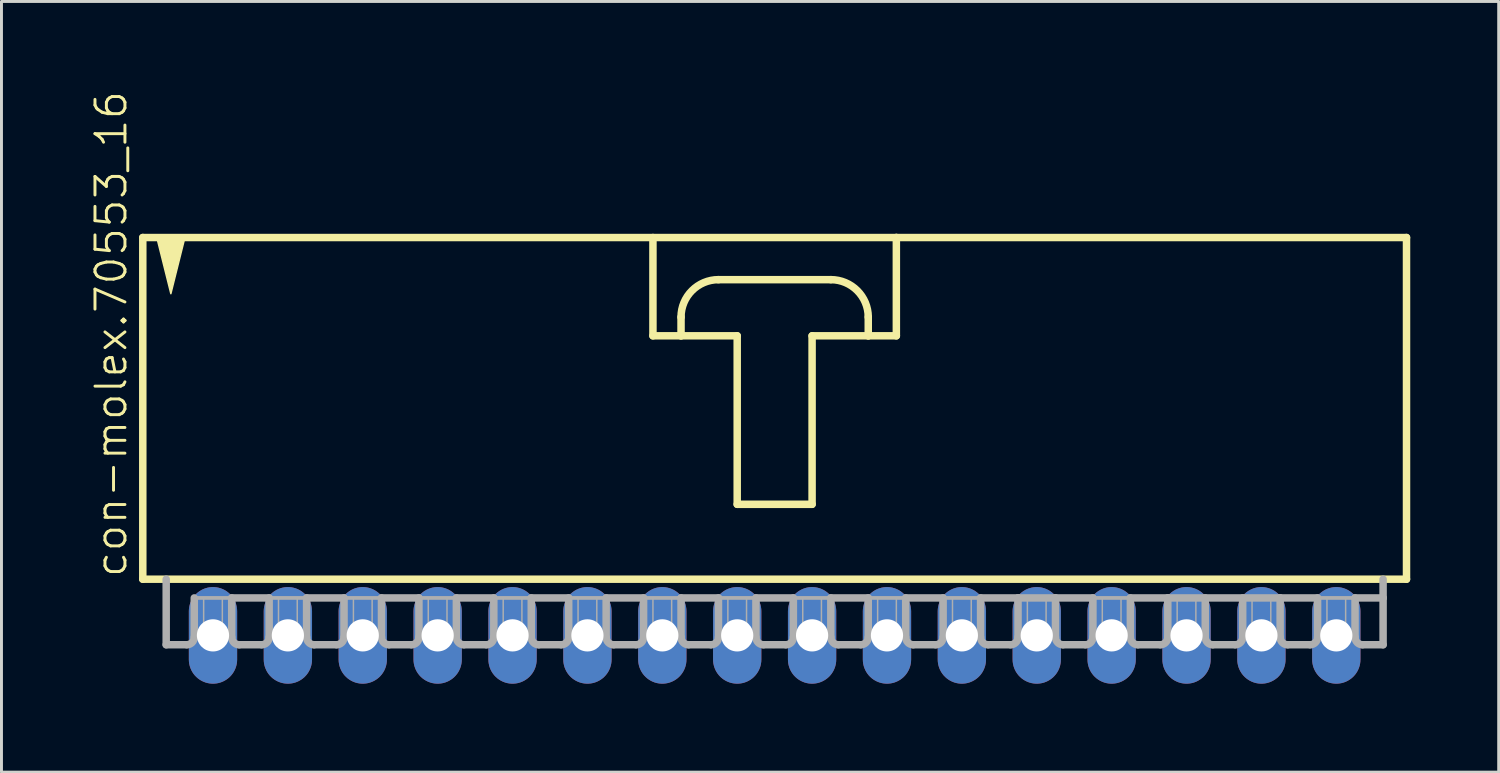
<source format=kicad_pcb>
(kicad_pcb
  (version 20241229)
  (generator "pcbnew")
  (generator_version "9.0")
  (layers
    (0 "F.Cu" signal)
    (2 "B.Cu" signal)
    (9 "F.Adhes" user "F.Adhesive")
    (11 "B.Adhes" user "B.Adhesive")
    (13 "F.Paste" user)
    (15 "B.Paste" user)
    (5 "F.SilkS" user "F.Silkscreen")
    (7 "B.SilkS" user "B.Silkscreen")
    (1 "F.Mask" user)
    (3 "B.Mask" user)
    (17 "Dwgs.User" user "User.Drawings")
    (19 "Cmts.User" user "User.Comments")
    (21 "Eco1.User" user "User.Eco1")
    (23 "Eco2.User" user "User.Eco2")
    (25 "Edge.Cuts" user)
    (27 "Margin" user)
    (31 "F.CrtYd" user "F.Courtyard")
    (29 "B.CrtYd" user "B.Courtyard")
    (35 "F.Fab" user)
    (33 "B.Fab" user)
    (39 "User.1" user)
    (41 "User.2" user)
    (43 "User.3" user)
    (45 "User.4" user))
  (footprint "con-molex.70553_16"
    (layer "F.Cu")
    (at 23.224 10.88)
    (property "Reference" "con-molex.70553_16" (at -21.907 5.715 90) (layer "F.SilkS") (effects (font (size 1.016 1.016) (thickness 0.1)) (justify left bottom)))
    (attr through_hole)
    (fp_line (start -21.431 -5.874) (end -21.431 5.715) (stroke (width 0.254) (type default)) (layer "F.SilkS"))
    (fp_line (start -21.431 5.715) (end 21.431 5.715) (stroke (width 0.254) (type default)) (layer "F.SilkS"))
    (fp_line (start -4.128 -5.874) (end -4.128 -2.54) (stroke (width 0.254) (type default)) (layer "F.SilkS"))
    (fp_line (start -4.128 -2.54) (end -3.175 -2.54) (stroke (width 0.254) (type default)) (layer "F.SilkS"))
    (fp_line (start -3.175 -2.54) (end -3.175 -3.175) (stroke (width 0.254) (type default)) (layer "F.SilkS"))
    (fp_line (start -3.175 -2.54) (end -1.27 -2.54) (stroke (width 0.254) (type default)) (layer "F.SilkS"))
    (fp_line (start -1.905 -4.445) (end 1.905 -4.445) (stroke (width 0.254) (type default)) (layer "F.SilkS"))
    (fp_line (start -1.27 -2.54) (end -1.27 3.175) (stroke (width 0.254) (type default)) (layer "F.SilkS"))
    (fp_line (start -1.27 3.175) (end 1.27 3.175) (stroke (width 0.254) (type default)) (layer "F.SilkS"))
    (fp_line (start 1.27 -2.54) (end 3.175 -2.54) (stroke (width 0.254) (type default)) (layer "F.SilkS"))
    (fp_line (start 1.27 3.175) (end 1.27 -2.54) (stroke (width 0.254) (type default)) (layer "F.SilkS"))
    (fp_line (start 3.175 -3.175) (end 3.175 -2.54) (stroke (width 0.254) (type default)) (layer "F.SilkS"))
    (fp_line (start 3.175 -2.54) (end 4.128 -2.54) (stroke (width 0.254) (type default)) (layer "F.SilkS"))
    (fp_line (start 4.128 -5.874) (end -21.431 -5.874) (stroke (width 0.254) (type default)) (layer "F.SilkS"))
    (fp_line (start 4.128 -2.54) (end 4.128 -5.874) (stroke (width 0.254) (type default)) (layer "F.SilkS"))
    (fp_line (start 21.431 -5.874) (end 4.128 -5.874) (stroke (width 0.254) (type default)) (layer "F.SilkS"))
    (fp_line (start 21.431 5.715) (end 21.431 -5.874) (stroke (width 0.254) (type default)) (layer "F.SilkS"))
    (fp_arc (start -3.175 -3.175) (mid -2.803026 -4.073026) (end -1.905 -4.445) (stroke (width 0.254) (type default)) (layer "F.SilkS"))
    (fp_arc (start 1.905 -4.445) (mid 2.803026 -4.073026) (end 3.175 -3.175) (stroke (width 0.254) (type default)) (layer "F.SilkS"))
    (fp_poly (pts (xy -20.955 -5.874) (xy -20.479 -3.969) (xy -20.003 -5.874)) (stroke (width 0.051) (type default)) (fill yes) (layer "F.SilkS"))
    (fp_line (start -20.637 5.715) (end -20.637 7.938) (stroke (width 0.254) (type default)) (layer "F.Fab"))
    (fp_line (start -19.939 7.938) (end -20.637 7.938) (stroke (width 0.254) (type default)) (layer "F.Fab"))
    (fp_line (start -19.685 6.35) (end -19.685 7.684) (stroke (width 0.254) (type default)) (layer "F.Fab"))
    (fp_line (start -19.685 6.35) (end -18.415 6.35) (stroke (width 0.127) (type default)) (layer "F.Fab"))
    (fp_line (start -18.415 6.35) (end -18.415 7.684) (stroke (width 0.254) (type default)) (layer "F.Fab"))
    (fp_line (start -18.415 6.35) (end -17.145 6.35) (stroke (width 0.254) (type default)) (layer "F.Fab"))
    (fp_line (start -17.399 7.938) (end -18.161 7.938) (stroke (width 0.254) (type default)) (layer "F.Fab"))
    (fp_line (start -17.145 6.35) (end -17.145 7.684) (stroke (width 0.254) (type default)) (layer "F.Fab"))
    (fp_line (start -17.145 6.35) (end -15.875 6.35) (stroke (width 0.127) (type default)) (layer "F.Fab"))
    (fp_line (start -15.875 6.35) (end -15.875 7.684) (stroke (width 0.254) (type default)) (layer "F.Fab"))
    (fp_line (start -15.875 6.35) (end -14.605 6.35) (stroke (width 0.254) (type default)) (layer "F.Fab"))
    (fp_line (start -14.859 7.938) (end -15.621 7.938) (stroke (width 0.254) (type default)) (layer "F.Fab"))
    (fp_line (start -14.605 6.35) (end -14.605 7.684) (stroke (width 0.254) (type default)) (layer "F.Fab"))
    (fp_line (start -14.605 6.35) (end -13.335 6.35) (stroke (width 0.127) (type default)) (layer "F.Fab"))
    (fp_line (start -13.335 6.35) (end -13.335 7.684) (stroke (width 0.254) (type default)) (layer "F.Fab"))
    (fp_line (start -13.335 6.35) (end -12.065 6.35) (stroke (width 0.254) (type default)) (layer "F.Fab"))
    (fp_line (start -12.319 7.938) (end -13.081 7.938) (stroke (width 0.254) (type default)) (layer "F.Fab"))
    (fp_line (start -12.065 6.35) (end -12.065 7.684) (stroke (width 0.254) (type default)) (layer "F.Fab"))
    (fp_line (start -12.065 6.35) (end -10.795 6.35) (stroke (width 0.127) (type default)) (layer "F.Fab"))
    (fp_line (start -10.795 6.35) (end -10.795 7.684) (stroke (width 0.254) (type default)) (layer "F.Fab"))
    (fp_line (start -10.795 6.35) (end -9.525 6.35) (stroke (width 0.254) (type default)) (layer "F.Fab"))
    (fp_line (start -9.779 7.938) (end -10.541 7.938) (stroke (width 0.254) (type default)) (layer "F.Fab"))
    (fp_line (start -9.525 6.35) (end -9.525 7.684) (stroke (width 0.254) (type default)) (layer "F.Fab"))
    (fp_line (start -9.525 6.35) (end -8.255 6.35) (stroke (width 0.127) (type default)) (layer "F.Fab"))
    (fp_line (start -8.255 6.35) (end -8.255 7.684) (stroke (width 0.254) (type default)) (layer "F.Fab"))
    (fp_line (start -8.255 6.35) (end -6.985 6.35) (stroke (width 0.254) (type default)) (layer "F.Fab"))
    (fp_line (start -7.239 7.938) (end -8.001 7.938) (stroke (width 0.254) (type default)) (layer "F.Fab"))
    (fp_line (start -6.985 6.35) (end -6.985 7.684) (stroke (width 0.254) (type default)) (layer "F.Fab"))
    (fp_line (start -6.985 6.35) (end -5.715 6.35) (stroke (width 0.127) (type default)) (layer "F.Fab"))
    (fp_line (start -5.715 6.35) (end -5.715 7.684) (stroke (width 0.254) (type default)) (layer "F.Fab"))
    (fp_line (start -5.715 6.35) (end -4.445 6.35) (stroke (width 0.254) (type default)) (layer "F.Fab"))
    (fp_line (start -4.699 7.938) (end -5.461 7.938) (stroke (width 0.254) (type default)) (layer "F.Fab"))
    (fp_line (start -4.445 6.35) (end -4.445 7.684) (stroke (width 0.254) (type default)) (layer "F.Fab"))
    (fp_line (start -4.445 6.35) (end -3.175 6.35) (stroke (width 0.127) (type default)) (layer "F.Fab"))
    (fp_line (start -3.175 6.35) (end -3.175 7.684) (stroke (width 0.254) (type default)) (layer "F.Fab"))
    (fp_line (start -3.175 6.35) (end -1.905 6.35) (stroke (width 0.254) (type default)) (layer "F.Fab"))
    (fp_line (start -2.159 7.938) (end -2.921 7.938) (stroke (width 0.254) (type default)) (layer "F.Fab"))
    (fp_line (start -1.905 6.35) (end -1.905 7.684) (stroke (width 0.254) (type default)) (layer "F.Fab"))
    (fp_line (start -1.905 6.35) (end -0.635 6.35) (stroke (width 0.127) (type default)) (layer "F.Fab"))
    (fp_line (start -0.635 6.35) (end -0.635 7.684) (stroke (width 0.254) (type default)) (layer "F.Fab"))
    (fp_line (start -0.635 6.35) (end 0.635 6.35) (stroke (width 0.254) (type default)) (layer "F.Fab"))
    (fp_line (start 0.381 7.938) (end -0.381 7.938) (stroke (width 0.254) (type default)) (layer "F.Fab"))
    (fp_line (start 0.635 6.35) (end 0.635 7.684) (stroke (width 0.254) (type default)) (layer "F.Fab"))
    (fp_line (start 0.635 6.35) (end 1.905 6.35) (stroke (width 0.127) (type default)) (layer "F.Fab"))
    (fp_line (start 1.905 6.35) (end 1.905 7.684) (stroke (width 0.254) (type default)) (layer "F.Fab"))
    (fp_line (start 1.905 6.35) (end 3.175 6.35) (stroke (width 0.254) (type default)) (layer "F.Fab"))
    (fp_line (start 2.921 7.938) (end 2.159 7.938) (stroke (width 0.254) (type default)) (layer "F.Fab"))
    (fp_line (start 3.175 6.35) (end 3.175 7.684) (stroke (width 0.254) (type default)) (layer "F.Fab"))
    (fp_line (start 3.175 6.35) (end 4.445 6.35) (stroke (width 0.127) (type default)) (layer "F.Fab"))
    (fp_line (start 4.445 6.35) (end 4.445 7.684) (stroke (width 0.254) (type default)) (layer "F.Fab"))
    (fp_line (start 4.445 6.35) (end 5.715 6.35) (stroke (width 0.254) (type default)) (layer "F.Fab"))
    (fp_line (start 5.461 7.938) (end 4.699 7.938) (stroke (width 0.254) (type default)) (layer "F.Fab"))
    (fp_line (start 5.715 6.35) (end 5.715 7.684) (stroke (width 0.254) (type default)) (layer "F.Fab"))
    (fp_line (start 5.715 6.35) (end 6.985 6.35) (stroke (width 0.127) (type default)) (layer "F.Fab"))
    (fp_line (start 6.985 6.35) (end 6.985 7.684) (stroke (width 0.254) (type default)) (layer "F.Fab"))
    (fp_line (start 6.985 6.35) (end 8.255 6.35) (stroke (width 0.254) (type default)) (layer "F.Fab"))
    (fp_line (start 8.001 7.938) (end 7.239 7.938) (stroke (width 0.254) (type default)) (layer "F.Fab"))
    (fp_line (start 8.255 6.35) (end 8.255 7.684) (stroke (width 0.254) (type default)) (layer "F.Fab"))
    (fp_line (start 8.255 6.35) (end 9.525 6.35) (stroke (width 0.254) (type default)) (layer "F.Fab"))
    (fp_line (start 9.525 6.35) (end 9.525 7.684) (stroke (width 0.254) (type default)) (layer "F.Fab"))
    (fp_line (start 9.525 6.35) (end 10.795 6.35) (stroke (width 0.254) (type default)) (layer "F.Fab"))
    (fp_line (start 10.541 7.938) (end 9.779 7.938) (stroke (width 0.254) (type default)) (layer "F.Fab"))
    (fp_line (start 10.795 6.35) (end 10.795 7.684) (stroke (width 0.254) (type default)) (layer "F.Fab"))
    (fp_line (start 10.795 6.35) (end 12.065 6.35) (stroke (width 0.127) (type default)) (layer "F.Fab"))
    (fp_line (start 12.065 6.35) (end 12.065 7.684) (stroke (width 0.254) (type default)) (layer "F.Fab"))
    (fp_line (start 12.065 6.35) (end 13.335 6.35) (stroke (width 0.254) (type default)) (layer "F.Fab"))
    (fp_line (start 13.081 7.938) (end 12.319 7.938) (stroke (width 0.254) (type default)) (layer "F.Fab"))
    (fp_line (start 13.335 6.35) (end 13.335 7.684) (stroke (width 0.254) (type default)) (layer "F.Fab"))
    (fp_line (start 13.335 6.35) (end 17.145 6.35) (stroke (width 0.254) (type default)) (layer "F.Fab"))
    (fp_line (start 14.605 6.35) (end 14.605 7.684) (stroke (width 0.254) (type default)) (layer "F.Fab"))
    (fp_line (start 15.621 7.938) (end 14.859 7.938) (stroke (width 0.254) (type default)) (layer "F.Fab"))
    (fp_line (start 15.875 6.35) (end 15.875 7.684) (stroke (width 0.254) (type default)) (layer "F.Fab"))
    (fp_line (start 17.145 6.35) (end 17.145 7.684) (stroke (width 0.254) (type default)) (layer "F.Fab"))
    (fp_line (start 17.145 6.35) (end 18.415 6.35) (stroke (width 0.254) (type default)) (layer "F.Fab"))
    (fp_line (start 17.399 7.938) (end 18.161 7.938) (stroke (width 0.254) (type default)) (layer "F.Fab"))
    (fp_line (start 18.415 6.35) (end 19.685 6.35) (stroke (width 0.127) (type default)) (layer "F.Fab"))
    (fp_line (start 18.415 7.684) (end 18.415 6.35) (stroke (width 0.254) (type default)) (layer "F.Fab"))
    (fp_line (start 19.685 6.35) (end 19.685 7.684) (stroke (width 0.254) (type default)) (layer "F.Fab"))
    (fp_line (start 19.685 6.35) (end 20.637 6.35) (stroke (width 0.254) (type default)) (layer "F.Fab"))
    (fp_line (start 19.939 7.938) (end 20.637 7.938) (stroke (width 0.254) (type default)) (layer "F.Fab"))
    (fp_line (start 20.637 6.35) (end 20.637 5.715) (stroke (width 0.254) (type default)) (layer "F.Fab"))
    (fp_line (start 20.637 7.938) (end 20.637 6.35) (stroke (width 0.254) (type default)) (layer "F.Fab"))
    (fp_rect (start -19.367 7.62) (end -18.733 6.35) (stroke (width 0.05) (type default)) (fill no) (layer "F.Fab"))
    (fp_rect (start -16.828 7.62) (end -16.192 6.35) (stroke (width 0.05) (type default)) (fill no) (layer "F.Fab"))
    (fp_rect (start -14.287 7.62) (end -13.652 6.35) (stroke (width 0.05) (type default)) (fill no) (layer "F.Fab"))
    (fp_rect (start -11.748 7.62) (end -11.113 6.35) (stroke (width 0.05) (type default)) (fill no) (layer "F.Fab"))
    (fp_rect (start -9.207 7.62) (end -8.572 6.35) (stroke (width 0.05) (type default)) (fill no) (layer "F.Fab"))
    (fp_rect (start -6.668 7.62) (end -6.032 6.35) (stroke (width 0.05) (type default)) (fill no) (layer "F.Fab"))
    (fp_rect (start -4.128 7.62) (end -3.493 6.35) (stroke (width 0.05) (type default)) (fill no) (layer "F.Fab"))
    (fp_rect (start -1.587 7.62) (end -0.953 6.35) (stroke (width 0.05) (type default)) (fill no) (layer "F.Fab"))
    (fp_rect (start 0.953 7.62) (end 1.587 6.35) (stroke (width 0.05) (type default)) (fill no) (layer "F.Fab"))
    (fp_rect (start 3.493 7.62) (end 4.128 6.35) (stroke (width 0.05) (type default)) (fill no) (layer "F.Fab"))
    (fp_rect (start 6.032 7.62) (end 6.668 6.35) (stroke (width 0.05) (type default)) (fill no) (layer "F.Fab"))
    (fp_rect (start 8.572 7.62) (end 9.207 6.35) (stroke (width 0.05) (type default)) (fill no) (layer "F.Fab"))
    (fp_rect (start 11.113 7.62) (end 11.748 6.35) (stroke (width 0.05) (type default)) (fill no) (layer "F.Fab"))
    (fp_rect (start 13.652 7.62) (end 14.287 6.35) (stroke (width 0.05) (type default)) (fill no) (layer "F.Fab"))
    (fp_rect (start 16.192 7.62) (end 16.828 6.35) (stroke (width 0.05) (type default)) (fill no) (layer "F.Fab"))
    (fp_rect (start 18.733 7.62) (end 19.367 6.35) (stroke (width 0.05) (type default)) (fill no) (layer "F.Fab"))
    (fp_arc (start -19.685 7.6835) (mid -19.759395 7.863105) (end -19.939 7.9375) (stroke (width 0.254) (type default)) (layer "F.Fab"))
    (fp_arc (start -18.161 7.9375) (mid -18.340605 7.863105) (end -18.415 7.6835) (stroke (width 0.254) (type default)) (layer "F.Fab"))
    (fp_arc (start -17.145 7.6835) (mid -17.219395 7.863105) (end -17.399 7.9375) (stroke (width 0.254) (type default)) (layer "F.Fab"))
    (fp_arc (start -15.621 7.9375) (mid -15.800605 7.863105) (end -15.875 7.6835) (stroke (width 0.254) (type default)) (layer "F.Fab"))
    (fp_arc (start -14.605 7.6835) (mid -14.679395 7.863105) (end -14.859 7.9375) (stroke (width 0.254) (type default)) (layer "F.Fab"))
    (fp_arc (start -13.081 7.9375) (mid -13.260605 7.863105) (end -13.335 7.6835) (stroke (width 0.254) (type default)) (layer "F.Fab"))
    (fp_arc (start -12.065 7.6835) (mid -12.139395 7.863105) (end -12.319 7.9375) (stroke (width 0.254) (type default)) (layer "F.Fab"))
    (fp_arc (start -10.541 7.9375) (mid -10.720605 7.863105) (end -10.795 7.6835) (stroke (width 0.254) (type default)) (layer "F.Fab"))
    (fp_arc (start -9.525 7.6835) (mid -9.599395 7.863105) (end -9.779 7.9375) (stroke (width 0.254) (type default)) (layer "F.Fab"))
    (fp_arc (start -8.001 7.9375) (mid -8.180605 7.863105) (end -8.255 7.6835) (stroke (width 0.254) (type default)) (layer "F.Fab"))
    (fp_arc (start -6.985 7.6835) (mid -7.059395 7.863105) (end -7.239 7.9375) (stroke (width 0.254) (type default)) (layer "F.Fab"))
    (fp_arc (start -5.461 7.9375) (mid -5.640605 7.863105) (end -5.715 7.6835) (stroke (width 0.254) (type default)) (layer "F.Fab"))
    (fp_arc (start -4.445 7.6835) (mid -4.519395 7.863105) (end -4.699 7.9375) (stroke (width 0.254) (type default)) (layer "F.Fab"))
    (fp_arc (start -2.921 7.9375) (mid -3.100605 7.863105) (end -3.175 7.6835) (stroke (width 0.254) (type default)) (layer "F.Fab"))
    (fp_arc (start -1.905 7.6835) (mid -1.979395 7.863105) (end -2.159 7.9375) (stroke (width 0.254) (type default)) (layer "F.Fab"))
    (fp_arc (start -0.381 7.9375) (mid -0.560605 7.863105) (end -0.635 7.6835) (stroke (width 0.254) (type default)) (layer "F.Fab"))
    (fp_arc (start 0.635 7.6835) (mid 0.560605 7.863105) (end 0.381 7.9375) (stroke (width 0.254) (type default)) (layer "F.Fab"))
    (fp_arc (start 2.159 7.9375) (mid 1.979395 7.863105) (end 1.905 7.6835) (stroke (width 0.254) (type default)) (layer "F.Fab"))
    (fp_arc (start 3.175 7.6835) (mid 3.100605 7.863105) (end 2.921 7.9375) (stroke (width 0.254) (type default)) (layer "F.Fab"))
    (fp_arc (start 4.699 7.9375) (mid 4.519395 7.863105) (end 4.445 7.6835) (stroke (width 0.254) (type default)) (layer "F.Fab"))
    (fp_arc (start 5.715 7.6835) (mid 5.640605 7.863105) (end 5.461 7.9375) (stroke (width 0.254) (type default)) (layer "F.Fab"))
    (fp_arc (start 7.239 7.9375) (mid 7.059395 7.863105) (end 6.985 7.6835) (stroke (width 0.254) (type default)) (layer "F.Fab"))
    (fp_arc (start 8.255 7.6835) (mid 8.180605 7.863105) (end 8.001 7.9375) (stroke (width 0.254) (type default)) (layer "F.Fab"))
    (fp_arc (start 9.779 7.9375) (mid 9.599395 7.863105) (end 9.525 7.6835) (stroke (width 0.254) (type default)) (layer "F.Fab"))
    (fp_arc (start 10.795 7.6835) (mid 10.720605 7.863105) (end 10.541 7.9375) (stroke (width 0.254) (type default)) (layer "F.Fab"))
    (fp_arc (start 12.319 7.9375) (mid 12.139395 7.863105) (end 12.065 7.6835) (stroke (width 0.254) (type default)) (layer "F.Fab"))
    (fp_arc (start 13.335 7.6835) (mid 13.260605 7.863105) (end 13.081 7.9375) (stroke (width 0.254) (type default)) (layer "F.Fab"))
    (fp_arc (start 14.859 7.9375) (mid 14.679395 7.863105) (end 14.605 7.6835) (stroke (width 0.254) (type default)) (layer "F.Fab"))
    (fp_arc (start 15.875 7.6835) (mid 15.800605 7.863105) (end 15.621 7.9375) (stroke (width 0.254) (type default)) (layer "F.Fab"))
    (fp_arc (start 17.399 7.9375) (mid 17.219395 7.863105) (end 17.145 7.6835) (stroke (width 0.254) (type default)) (layer "F.Fab"))
    (fp_arc (start 18.415 7.6835) (mid 18.340605 7.863105) (end 18.161 7.9375) (stroke (width 0.254) (type default)) (layer "F.Fab"))
    (fp_arc (start 19.939 7.9375) (mid 19.759395 7.863105) (end 19.685 7.6835) (stroke (width 0.254) (type default)) (layer "F.Fab"))
    (pad "1" thru_hole oval (at -19.05 7.62 90) (size 3.277 1.638) (drill 1.092) (layers "*.Cu" "*.Mask"))
    (pad "2" thru_hole oval (at -16.51 7.62 90) (size 3.277 1.638) (drill 1.092) (layers "*.Cu" "*.Mask"))
    (pad "3" thru_hole oval (at -13.97 7.62 90) (size 3.277 1.638) (drill 1.092) (layers "*.Cu" "*.Mask"))
    (pad "4" thru_hole oval (at -11.43 7.62 90) (size 3.277 1.638) (drill 1.092) (layers "*.Cu" "*.Mask"))
    (pad "5" thru_hole oval (at -8.89 7.62 90) (size 3.277 1.638) (drill 1.092) (layers "*.Cu" "*.Mask"))
    (pad "6" thru_hole oval (at -6.35 7.62 90) (size 3.277 1.638) (drill 1.092) (layers "*.Cu" "*.Mask"))
    (pad "7" thru_hole oval (at -3.81 7.62 90) (size 3.277 1.638) (drill 1.092) (layers "*.Cu" "*.Mask"))
    (pad "8" thru_hole oval (at -1.27 7.62 90) (size 3.277 1.638) (drill 1.092) (layers "*.Cu" "*.Mask"))
    (pad "9" thru_hole oval (at 1.27 7.62 90) (size 3.277 1.638) (drill 1.092) (layers "*.Cu" "*.Mask"))
    (pad "10" thru_hole oval (at 3.81 7.62 90) (size 3.277 1.638) (drill 1.092) (layers "*.Cu" "*.Mask"))
    (pad "11" thru_hole oval (at 6.35 7.62 90) (size 3.277 1.638) (drill 1.092) (layers "*.Cu" "*.Mask"))
    (pad "12" thru_hole oval (at 8.89 7.62 90) (size 3.277 1.638) (drill 1.092) (layers "*.Cu" "*.Mask"))
    (pad "13" thru_hole oval (at 11.43 7.62 90) (size 3.277 1.638) (drill 1.092) (layers "*.Cu" "*.Mask"))
    (pad "14" thru_hole oval (at 13.97 7.62 90) (size 3.277 1.638) (drill 1.092) (layers "*.Cu" "*.Mask"))
    (pad "15" thru_hole oval (at 16.51 7.62 90) (size 3.277 1.638) (drill 1.092) (layers "*.Cu" "*.Mask"))
    (pad "16" thru_hole oval (at 19.05 7.62 90) (size 3.277 1.638) (drill 1.092) (layers "*.Cu" "*.Mask")))
  (gr_rect
    (start -3 -3)
    (end 47.782 23.138)
    (stroke (width 0.1) (type default))
    (fill no)
    (layer "Edge.Cuts")))
</source>
